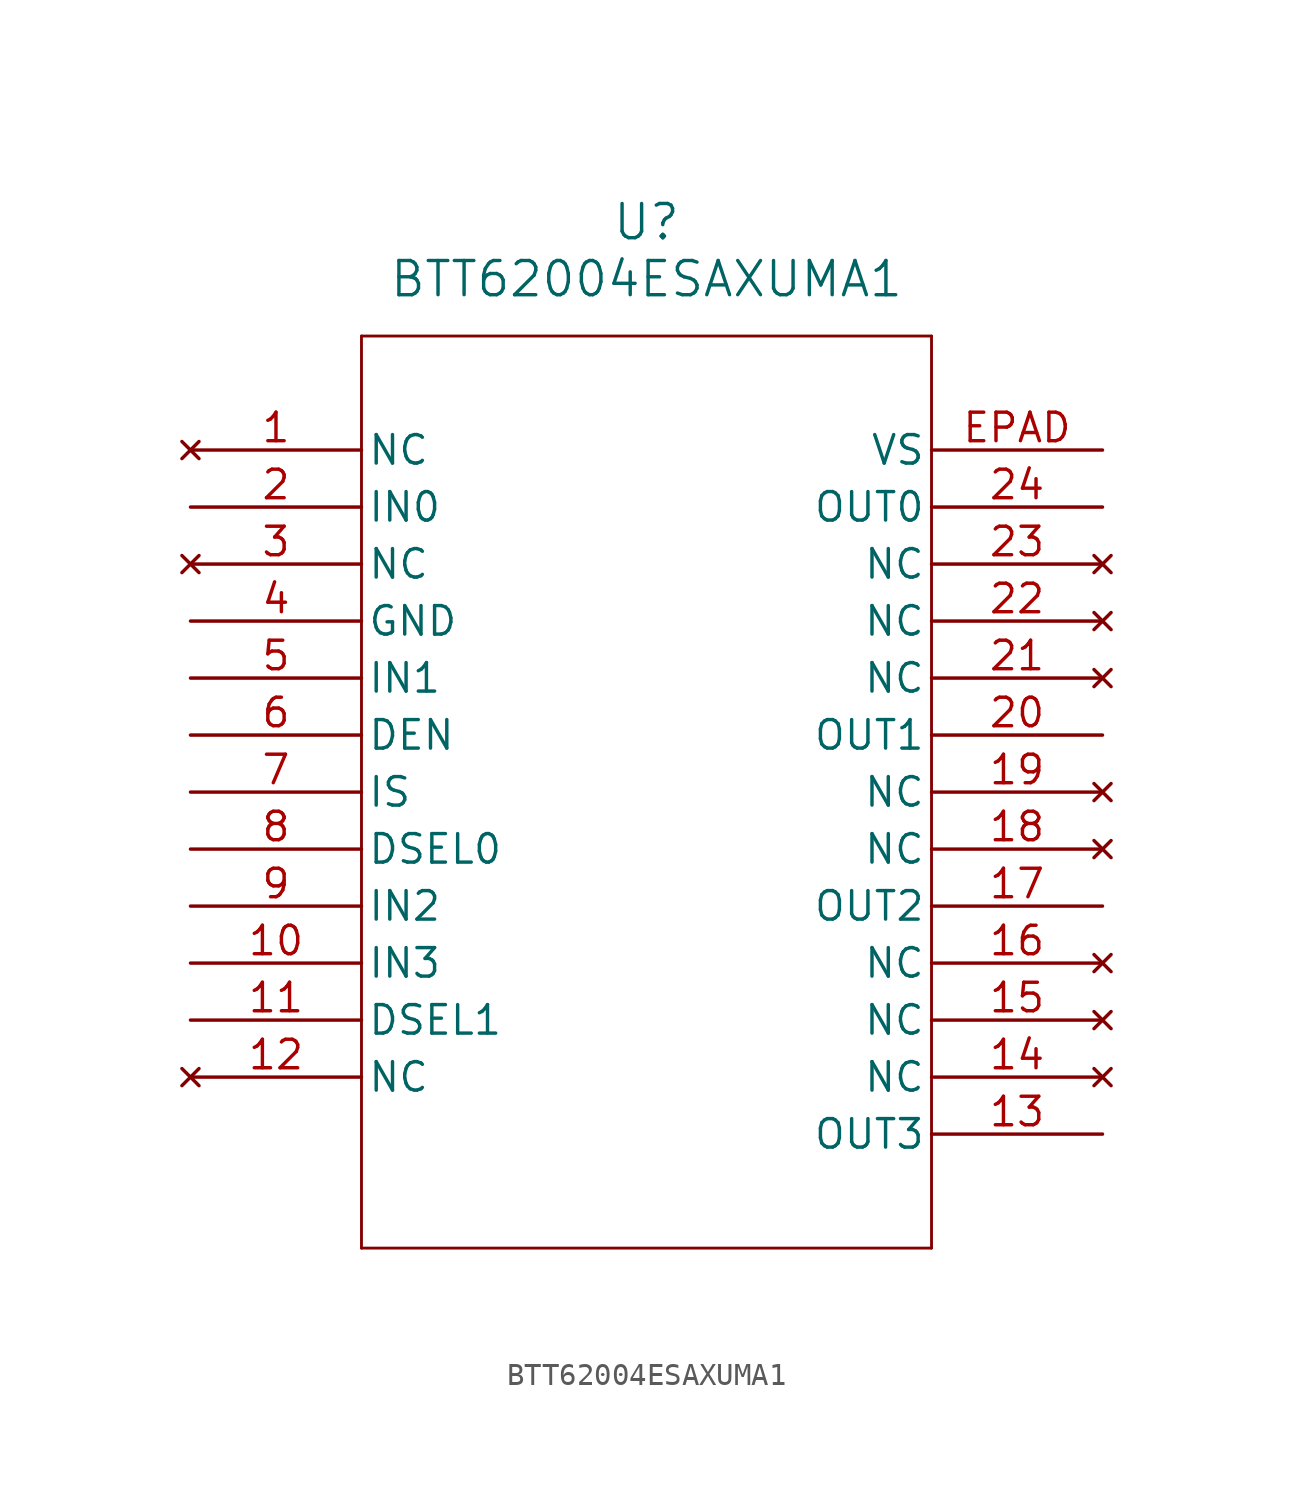
<source format=kicad_sym>
(kicad_symbol_lib
  (version 20211014)
  (generator kicad_symbol_editor)
  (symbol "BTT62004ESAXUMA1"
    (pin_names
      (offset 0.254))
    (property "Reference" "U"
      (at 20.32 10.16 0)
      (effects (font (size 1.524 1.524))))
    (property "Value" "BTT62004ESAXUMA1"
      (at 20.32 7.62 0)
      (effects (font (size 1.524 1.524))))
    (symbol "BTT62004ESAXUMA1_0_1"
      (polyline (pts (xy 7.62 5.08) (xy 7.62 -35.56)) (stroke (width 0.127) (type default) (color 0 0 0 0)) (fill (type none)))
      (polyline (pts (xy 7.62 -35.56) (xy 33.02 -35.56)) (stroke (width 0.127) (type default) (color 0 0 0 0)) (fill (type none)))
      (polyline (pts (xy 33.02 -35.56) (xy 33.02 5.08)) (stroke (width 0.127) (type default) (color 0 0 0 0)) (fill (type none)))
      (polyline (pts (xy 33.02 5.08) (xy 7.62 5.08)) (stroke (width 0.127) (type default) (color 0 0 0 0)) (fill (type none)))
      (pin no_connect line (at 0 0 0) (length 7.62) (name "NC" (effects (font (size 1.27 1.27)))) (number "1" (effects (font (size 1.27 1.27)))))
      (pin input line (at 0 -2.54 0) (length 7.62) (name "IN0" (effects (font (size 1.27 1.27)))) (number "2" (effects (font (size 1.27 1.27)))))
      (pin no_connect line (at 0 -5.08 0) (length 7.62) (name "NC" (effects (font (size 1.27 1.27)))) (number "3" (effects (font (size 1.27 1.27)))))
      (pin power_out line (at 0 -7.62 0) (length 7.62) (name "GND" (effects (font (size 1.27 1.27)))) (number "4" (effects (font (size 1.27 1.27)))))
      (pin input line (at 0 -10.16 0) (length 7.62) (name "IN1" (effects (font (size 1.27 1.27)))) (number "5" (effects (font (size 1.27 1.27)))))
      (pin input line (at 0 -12.7 0) (length 7.62) (name "DEN" (effects (font (size 1.27 1.27)))) (number "6" (effects (font (size 1.27 1.27)))))
      (pin input line (at 0 -15.24 0) (length 7.62) (name "IS" (effects (font (size 1.27 1.27)))) (number "7" (effects (font (size 1.27 1.27)))))
      (pin input line (at 0 -17.78 0) (length 7.62) (name "DSEL0" (effects (font (size 1.27 1.27)))) (number "8" (effects (font (size 1.27 1.27)))))
      (pin input line (at 0 -20.32 0) (length 7.62) (name "IN2" (effects (font (size 1.27 1.27)))) (number "9" (effects (font (size 1.27 1.27)))))
      (pin input line (at 0 -22.86 0) (length 7.62) (name "IN3" (effects (font (size 1.27 1.27)))) (number "10" (effects (font (size 1.27 1.27)))))
      (pin input line (at 0 -25.4 0) (length 7.62) (name "DSEL1" (effects (font (size 1.27 1.27)))) (number "11" (effects (font (size 1.27 1.27)))))
      (pin no_connect line (at 0 -27.94 0) (length 7.62) (name "NC" (effects (font (size 1.27 1.27)))) (number "12" (effects (font (size 1.27 1.27)))))
      (pin output line (at 40.64 -30.48 180) (length 7.62) (name "OUT3" (effects (font (size 1.27 1.27)))) (number "13" (effects (font (size 1.27 1.27)))))
      (pin no_connect line (at 40.64 -27.94 180) (length 7.62) (name "NC" (effects (font (size 1.27 1.27)))) (number "14" (effects (font (size 1.27 1.27)))))
      (pin no_connect line (at 40.64 -25.4 180) (length 7.62) (name "NC" (effects (font (size 1.27 1.27)))) (number "15" (effects (font (size 1.27 1.27)))))
      (pin no_connect line (at 40.64 -22.86 180) (length 7.62) (name "NC" (effects (font (size 1.27 1.27)))) (number "16" (effects (font (size 1.27 1.27)))))
      (pin output line (at 40.64 -20.32 180) (length 7.62) (name "OUT2" (effects (font (size 1.27 1.27)))) (number "17" (effects (font (size 1.27 1.27)))))
      (pin no_connect line (at 40.64 -17.78 180) (length 7.62) (name "NC" (effects (font (size 1.27 1.27)))) (number "18" (effects (font (size 1.27 1.27)))))
      (pin no_connect line (at 40.64 -15.24 180) (length 7.62) (name "NC" (effects (font (size 1.27 1.27)))) (number "19" (effects (font (size 1.27 1.27)))))
      (pin output line (at 40.64 -12.7 180) (length 7.62) (name "OUT1" (effects (font (size 1.27 1.27)))) (number "20" (effects (font (size 1.27 1.27)))))
      (pin no_connect line (at 40.64 -10.16 180) (length 7.62) (name "NC" (effects (font (size 1.27 1.27)))) (number "21" (effects (font (size 1.27 1.27)))))
      (pin no_connect line (at 40.64 -7.62 180) (length 7.62) (name "NC" (effects (font (size 1.27 1.27)))) (number "22" (effects (font (size 1.27 1.27)))))
      (pin no_connect line (at 40.64 -5.08 180) (length 7.62) (name "NC" (effects (font (size 1.27 1.27)))) (number "23" (effects (font (size 1.27 1.27)))))
      (pin output line (at 40.64 -2.54 180) (length 7.62) (name "OUT0" (effects (font (size 1.27 1.27)))) (number "24" (effects (font (size 1.27 1.27)))))
      (pin power_in line (at 40.64 0 180) (length 7.62) (name "VS" (effects (font (size 1.27 1.27)))) (number "EPAD" (effects (font (size 1.27 1.27))))))))
</source>
